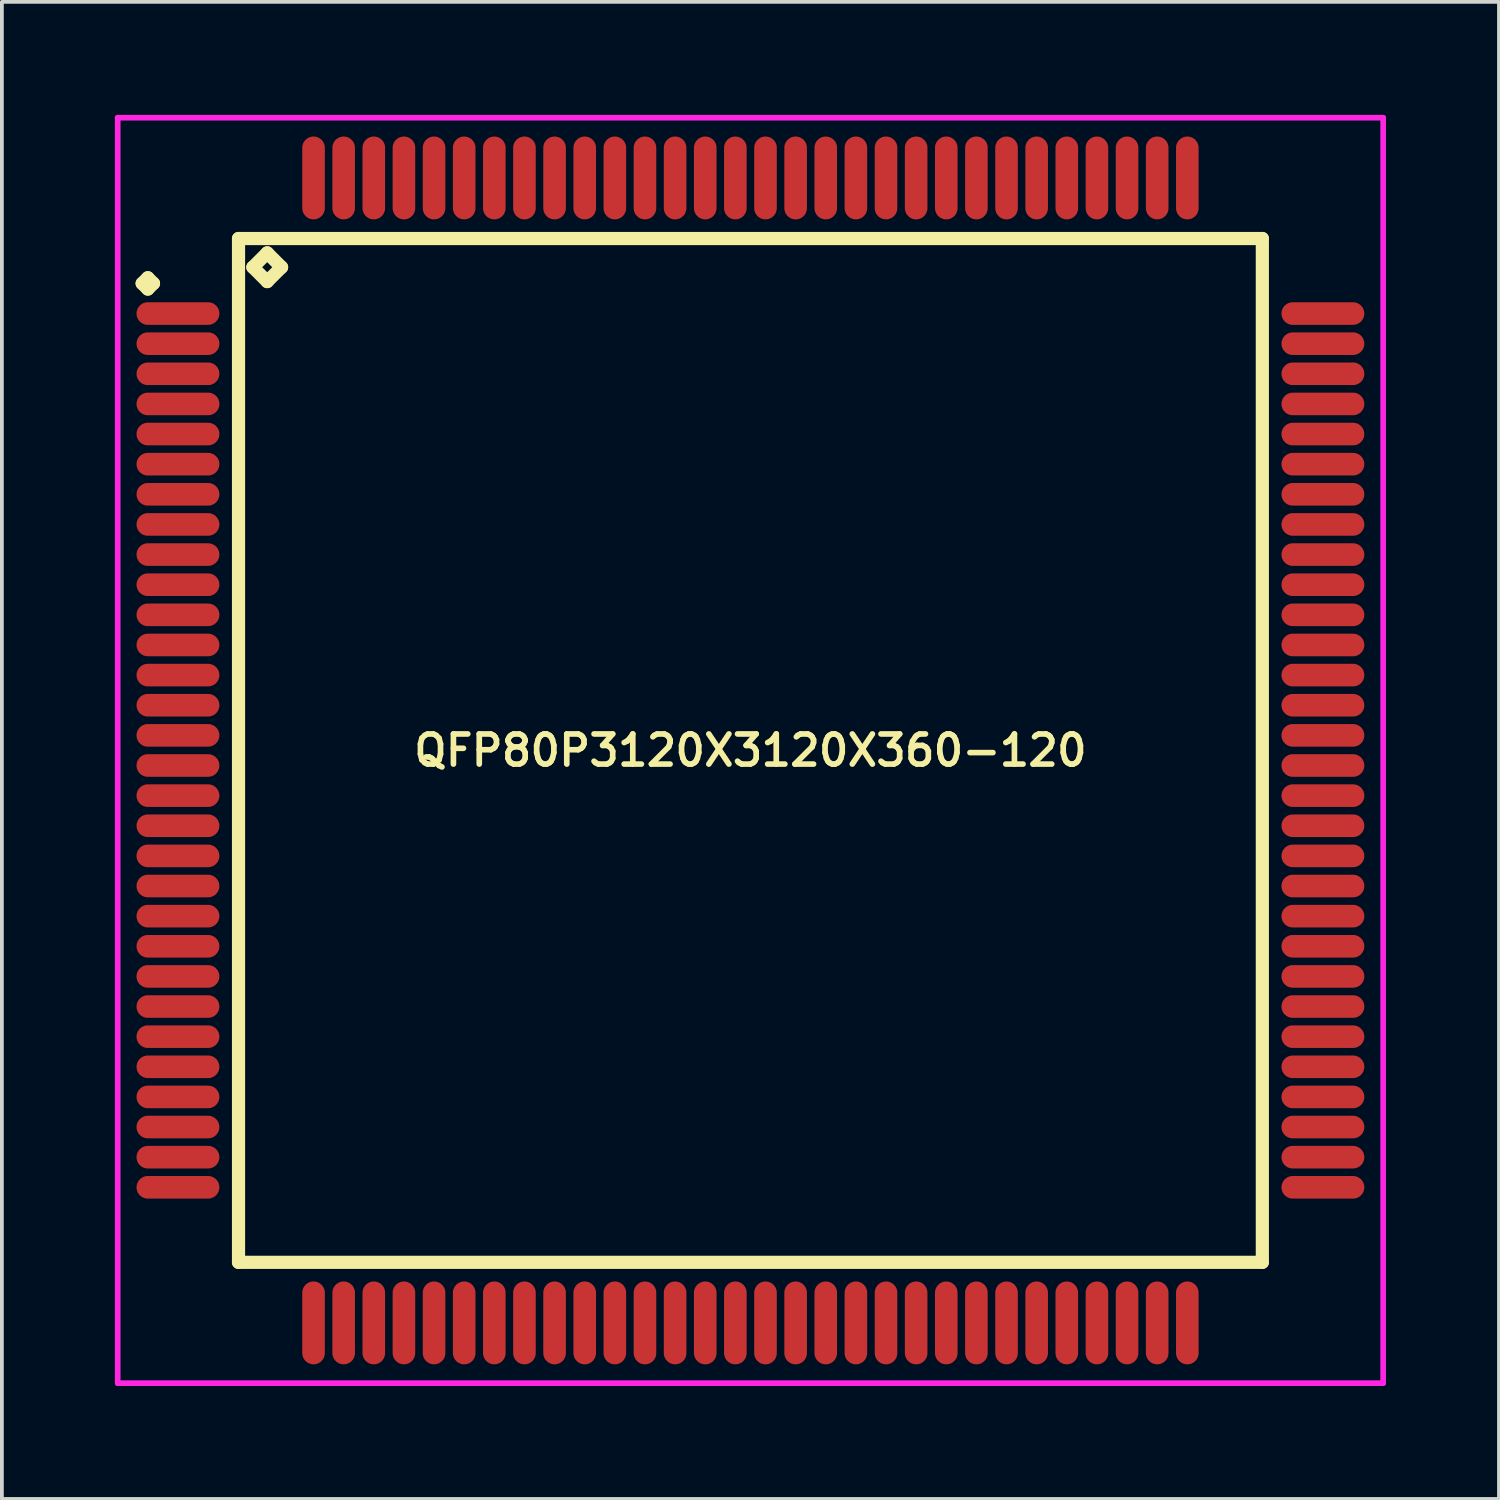
<source format=kicad_pcb>
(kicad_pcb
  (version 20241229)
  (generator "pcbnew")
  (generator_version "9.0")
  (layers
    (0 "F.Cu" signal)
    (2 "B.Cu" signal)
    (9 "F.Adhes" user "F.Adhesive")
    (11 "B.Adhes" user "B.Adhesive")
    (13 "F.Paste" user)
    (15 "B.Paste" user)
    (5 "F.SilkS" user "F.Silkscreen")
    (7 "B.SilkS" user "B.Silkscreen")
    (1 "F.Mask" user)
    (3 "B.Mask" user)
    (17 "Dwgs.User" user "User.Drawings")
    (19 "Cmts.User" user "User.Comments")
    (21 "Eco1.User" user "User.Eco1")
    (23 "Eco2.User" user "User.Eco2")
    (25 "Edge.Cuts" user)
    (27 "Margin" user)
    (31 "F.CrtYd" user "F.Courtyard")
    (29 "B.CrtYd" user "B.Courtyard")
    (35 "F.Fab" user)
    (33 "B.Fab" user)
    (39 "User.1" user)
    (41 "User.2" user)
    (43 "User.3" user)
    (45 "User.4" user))
  (footprint "QFP80P3120X3120X360-120"
    (layer "F.Cu")
    (at 16.875 16.875)
    (property "Reference" "QFP80P3120X3120X360-120" (at 0 0 0) (layer "F.SilkS") (effects (font (size 0.8 0.8) (thickness 0.15))))
    (attr smd)
    (fp_line (start -16.15 -12.4) (end -16 -12.55) (stroke (width 0.35) (type solid)) (layer "F.SilkS"))
    (fp_line (start -16 -12.55) (end -15.85 -12.4) (stroke (width 0.35) (type solid)) (layer "F.SilkS"))
    (fp_line (start -16 -12.25) (end -16.15 -12.4) (stroke (width 0.35) (type solid)) (layer "F.SilkS"))
    (fp_line (start -15.85 -12.4) (end -16 -12.25) (stroke (width 0.35) (type solid)) (layer "F.SilkS"))
    (fp_line (start -13.592 -13.592) (end -13.592 13.592) (stroke (width 0.35) (type solid)) (layer "F.SilkS"))
    (fp_line (start -13.592 13.592) (end 13.592 13.592) (stroke (width 0.35) (type solid)) (layer "F.SilkS"))
    (fp_line (start -13.211 -12.83) (end -12.83 -13.211) (stroke (width 0.35) (type solid)) (layer "F.SilkS"))
    (fp_line (start -12.83 -13.211) (end -12.449 -12.83) (stroke (width 0.35) (type solid)) (layer "F.SilkS"))
    (fp_line (start -12.83 -12.449) (end -13.211 -12.83) (stroke (width 0.35) (type solid)) (layer "F.SilkS"))
    (fp_line (start -12.449 -12.83) (end -12.83 -12.449) (stroke (width 0.35) (type solid)) (layer "F.SilkS"))
    (fp_line (start 13.592 -13.592) (end -13.592 -13.592) (stroke (width 0.35) (type solid)) (layer "F.SilkS"))
    (fp_line (start 13.592 13.592) (end 13.592 -13.592) (stroke (width 0.35) (type solid)) (layer "F.SilkS"))
    (fp_line (start -16.8 -16.8) (end 16.8 -16.8) (stroke (width 0.15) (type solid)) (layer "F.CrtYd"))
    (fp_line (start -16.8 16.8) (end -16.8 -16.8) (stroke (width 0.15) (type solid)) (layer "F.CrtYd"))
    (fp_line (start 16.8 -16.8) (end 16.8 16.8) (stroke (width 0.15) (type solid)) (layer "F.CrtYd"))
    (fp_line (start 16.8 16.8) (end -16.8 16.8) (stroke (width 0.15) (type solid)) (layer "F.CrtYd"))
    (pad "1" smd oval (at -15.2 -11.6) (size 2.2 0.6) (layers "F.Cu" "F.Mask" "F.Paste"))
    (pad "2" smd oval (at -15.2 -10.8) (size 2.2 0.6) (layers "F.Cu" "F.Mask" "F.Paste"))
    (pad "3" smd oval (at -15.2 -10) (size 2.2 0.6) (layers "F.Cu" "F.Mask" "F.Paste"))
    (pad "4" smd oval (at -15.2 -9.2) (size 2.2 0.6) (layers "F.Cu" "F.Mask" "F.Paste"))
    (pad "5" smd oval (at -15.2 -8.4) (size 2.2 0.6) (layers "F.Cu" "F.Mask" "F.Paste"))
    (pad "6" smd oval (at -15.2 -7.6) (size 2.2 0.6) (layers "F.Cu" "F.Mask" "F.Paste"))
    (pad "7" smd oval (at -15.2 -6.8) (size 2.2 0.6) (layers "F.Cu" "F.Mask" "F.Paste"))
    (pad "8" smd oval (at -15.2 -6) (size 2.2 0.6) (layers "F.Cu" "F.Mask" "F.Paste"))
    (pad "9" smd oval (at -15.2 -5.2) (size 2.2 0.6) (layers "F.Cu" "F.Mask" "F.Paste"))
    (pad "10" smd oval (at -15.2 -4.4) (size 2.2 0.6) (layers "F.Cu" "F.Mask" "F.Paste"))
    (pad "11" smd oval (at -15.2 -3.6) (size 2.2 0.6) (layers "F.Cu" "F.Mask" "F.Paste"))
    (pad "12" smd oval (at -15.2 -2.8) (size 2.2 0.6) (layers "F.Cu" "F.Mask" "F.Paste"))
    (pad "13" smd oval (at -15.2 -2) (size 2.2 0.6) (layers "F.Cu" "F.Mask" "F.Paste"))
    (pad "14" smd oval (at -15.2 -1.2) (size 2.2 0.6) (layers "F.Cu" "F.Mask" "F.Paste"))
    (pad "15" smd oval (at -15.2 -0.4) (size 2.2 0.6) (layers "F.Cu" "F.Mask" "F.Paste"))
    (pad "16" smd oval (at -15.2 0.4) (size 2.2 0.6) (layers "F.Cu" "F.Mask" "F.Paste"))
    (pad "17" smd oval (at -15.2 1.2) (size 2.2 0.6) (layers "F.Cu" "F.Mask" "F.Paste"))
    (pad "18" smd oval (at -15.2 2) (size 2.2 0.6) (layers "F.Cu" "F.Mask" "F.Paste"))
    (pad "19" smd oval (at -15.2 2.8) (size 2.2 0.6) (layers "F.Cu" "F.Mask" "F.Paste"))
    (pad "20" smd oval (at -15.2 3.6) (size 2.2 0.6) (layers "F.Cu" "F.Mask" "F.Paste"))
    (pad "21" smd oval (at -15.2 4.4) (size 2.2 0.6) (layers "F.Cu" "F.Mask" "F.Paste"))
    (pad "22" smd oval (at -15.2 5.2) (size 2.2 0.6) (layers "F.Cu" "F.Mask" "F.Paste"))
    (pad "23" smd oval (at -15.2 6) (size 2.2 0.6) (layers "F.Cu" "F.Mask" "F.Paste"))
    (pad "24" smd oval (at -15.2 6.8) (size 2.2 0.6) (layers "F.Cu" "F.Mask" "F.Paste"))
    (pad "25" smd oval (at -15.2 7.6) (size 2.2 0.6) (layers "F.Cu" "F.Mask" "F.Paste"))
    (pad "26" smd oval (at -15.2 8.4) (size 2.2 0.6) (layers "F.Cu" "F.Mask" "F.Paste"))
    (pad "27" smd oval (at -15.2 9.2) (size 2.2 0.6) (layers "F.Cu" "F.Mask" "F.Paste"))
    (pad "28" smd oval (at -15.2 10) (size 2.2 0.6) (layers "F.Cu" "F.Mask" "F.Paste"))
    (pad "29" smd oval (at -15.2 10.8) (size 2.2 0.6) (layers "F.Cu" "F.Mask" "F.Paste"))
    (pad "30" smd oval (at -15.2 11.6) (size 2.2 0.6) (layers "F.Cu" "F.Mask" "F.Paste"))
    (pad "31" smd oval (at -11.6 15.2) (size 0.6 2.2) (layers "F.Cu" "F.Mask" "F.Paste"))
    (pad "32" smd oval (at -10.8 15.2) (size 0.6 2.2) (layers "F.Cu" "F.Mask" "F.Paste"))
    (pad "33" smd oval (at -10 15.2) (size 0.6 2.2) (layers "F.Cu" "F.Mask" "F.Paste"))
    (pad "34" smd oval (at -9.2 15.2) (size 0.6 2.2) (layers "F.Cu" "F.Mask" "F.Paste"))
    (pad "35" smd oval (at -8.4 15.2) (size 0.6 2.2) (layers "F.Cu" "F.Mask" "F.Paste"))
    (pad "36" smd oval (at -7.6 15.2) (size 0.6 2.2) (layers "F.Cu" "F.Mask" "F.Paste"))
    (pad "37" smd oval (at -6.8 15.2) (size 0.6 2.2) (layers "F.Cu" "F.Mask" "F.Paste"))
    (pad "38" smd oval (at -6 15.2) (size 0.6 2.2) (layers "F.Cu" "F.Mask" "F.Paste"))
    (pad "39" smd oval (at -5.2 15.2) (size 0.6 2.2) (layers "F.Cu" "F.Mask" "F.Paste"))
    (pad "40" smd oval (at -4.4 15.2) (size 0.6 2.2) (layers "F.Cu" "F.Mask" "F.Paste"))
    (pad "41" smd oval (at -3.6 15.2) (size 0.6 2.2) (layers "F.Cu" "F.Mask" "F.Paste"))
    (pad "42" smd oval (at -2.8 15.2) (size 0.6 2.2) (layers "F.Cu" "F.Mask" "F.Paste"))
    (pad "43" smd oval (at -2 15.2) (size 0.6 2.2) (layers "F.Cu" "F.Mask" "F.Paste"))
    (pad "44" smd oval (at -1.2 15.2) (size 0.6 2.2) (layers "F.Cu" "F.Mask" "F.Paste"))
    (pad "45" smd oval (at -0.4 15.2) (size 0.6 2.2) (layers "F.Cu" "F.Mask" "F.Paste"))
    (pad "46" smd oval (at 0.4 15.2) (size 0.6 2.2) (layers "F.Cu" "F.Mask" "F.Paste"))
    (pad "47" smd oval (at 1.2 15.2) (size 0.6 2.2) (layers "F.Cu" "F.Mask" "F.Paste"))
    (pad "48" smd oval (at 2 15.2) (size 0.6 2.2) (layers "F.Cu" "F.Mask" "F.Paste"))
    (pad "49" smd oval (at 2.8 15.2) (size 0.6 2.2) (layers "F.Cu" "F.Mask" "F.Paste"))
    (pad "50" smd oval (at 3.6 15.2) (size 0.6 2.2) (layers "F.Cu" "F.Mask" "F.Paste"))
    (pad "51" smd oval (at 4.4 15.2) (size 0.6 2.2) (layers "F.Cu" "F.Mask" "F.Paste"))
    (pad "52" smd oval (at 5.2 15.2) (size 0.6 2.2) (layers "F.Cu" "F.Mask" "F.Paste"))
    (pad "53" smd oval (at 6 15.2) (size 0.6 2.2) (layers "F.Cu" "F.Mask" "F.Paste"))
    (pad "54" smd oval (at 6.8 15.2) (size 0.6 2.2) (layers "F.Cu" "F.Mask" "F.Paste"))
    (pad "55" smd oval (at 7.6 15.2) (size 0.6 2.2) (layers "F.Cu" "F.Mask" "F.Paste"))
    (pad "56" smd oval (at 8.4 15.2) (size 0.6 2.2) (layers "F.Cu" "F.Mask" "F.Paste"))
    (pad "57" smd oval (at 9.2 15.2) (size 0.6 2.2) (layers "F.Cu" "F.Mask" "F.Paste"))
    (pad "58" smd oval (at 10 15.2) (size 0.6 2.2) (layers "F.Cu" "F.Mask" "F.Paste"))
    (pad "59" smd oval (at 10.8 15.2) (size 0.6 2.2) (layers "F.Cu" "F.Mask" "F.Paste"))
    (pad "60" smd oval (at 11.6 15.2) (size 0.6 2.2) (layers "F.Cu" "F.Mask" "F.Paste"))
    (pad "61" smd oval (at 15.2 11.6) (size 2.2 0.6) (layers "F.Cu" "F.Mask" "F.Paste"))
    (pad "62" smd oval (at 15.2 10.8) (size 2.2 0.6) (layers "F.Cu" "F.Mask" "F.Paste"))
    (pad "63" smd oval (at 15.2 10) (size 2.2 0.6) (layers "F.Cu" "F.Mask" "F.Paste"))
    (pad "64" smd oval (at 15.2 9.2) (size 2.2 0.6) (layers "F.Cu" "F.Mask" "F.Paste"))
    (pad "65" smd oval (at 15.2 8.4) (size 2.2 0.6) (layers "F.Cu" "F.Mask" "F.Paste"))
    (pad "66" smd oval (at 15.2 7.6) (size 2.2 0.6) (layers "F.Cu" "F.Mask" "F.Paste"))
    (pad "67" smd oval (at 15.2 6.8) (size 2.2 0.6) (layers "F.Cu" "F.Mask" "F.Paste"))
    (pad "68" smd oval (at 15.2 6) (size 2.2 0.6) (layers "F.Cu" "F.Mask" "F.Paste"))
    (pad "69" smd oval (at 15.2 5.2) (size 2.2 0.6) (layers "F.Cu" "F.Mask" "F.Paste"))
    (pad "70" smd oval (at 15.2 4.4) (size 2.2 0.6) (layers "F.Cu" "F.Mask" "F.Paste"))
    (pad "71" smd oval (at 15.2 3.6) (size 2.2 0.6) (layers "F.Cu" "F.Mask" "F.Paste"))
    (pad "72" smd oval (at 15.2 2.8) (size 2.2 0.6) (layers "F.Cu" "F.Mask" "F.Paste"))
    (pad "73" smd oval (at 15.2 2) (size 2.2 0.6) (layers "F.Cu" "F.Mask" "F.Paste"))
    (pad "74" smd oval (at 15.2 1.2) (size 2.2 0.6) (layers "F.Cu" "F.Mask" "F.Paste"))
    (pad "75" smd oval (at 15.2 0.4) (size 2.2 0.6) (layers "F.Cu" "F.Mask" "F.Paste"))
    (pad "76" smd oval (at 15.2 -0.4) (size 2.2 0.6) (layers "F.Cu" "F.Mask" "F.Paste"))
    (pad "77" smd oval (at 15.2 -1.2) (size 2.2 0.6) (layers "F.Cu" "F.Mask" "F.Paste"))
    (pad "78" smd oval (at 15.2 -2) (size 2.2 0.6) (layers "F.Cu" "F.Mask" "F.Paste"))
    (pad "79" smd oval (at 15.2 -2.8) (size 2.2 0.6) (layers "F.Cu" "F.Mask" "F.Paste"))
    (pad "80" smd oval (at 15.2 -3.6) (size 2.2 0.6) (layers "F.Cu" "F.Mask" "F.Paste"))
    (pad "81" smd oval (at 15.2 -4.4) (size 2.2 0.6) (layers "F.Cu" "F.Mask" "F.Paste"))
    (pad "82" smd oval (at 15.2 -5.2) (size 2.2 0.6) (layers "F.Cu" "F.Mask" "F.Paste"))
    (pad "83" smd oval (at 15.2 -6) (size 2.2 0.6) (layers "F.Cu" "F.Mask" "F.Paste"))
    (pad "84" smd oval (at 15.2 -6.8) (size 2.2 0.6) (layers "F.Cu" "F.Mask" "F.Paste"))
    (pad "85" smd oval (at 15.2 -7.6) (size 2.2 0.6) (layers "F.Cu" "F.Mask" "F.Paste"))
    (pad "86" smd oval (at 15.2 -8.4) (size 2.2 0.6) (layers "F.Cu" "F.Mask" "F.Paste"))
    (pad "87" smd oval (at 15.2 -9.2) (size 2.2 0.6) (layers "F.Cu" "F.Mask" "F.Paste"))
    (pad "88" smd oval (at 15.2 -10) (size 2.2 0.6) (layers "F.Cu" "F.Mask" "F.Paste"))
    (pad "89" smd oval (at 15.2 -10.8) (size 2.2 0.6) (layers "F.Cu" "F.Mask" "F.Paste"))
    (pad "90" smd oval (at 15.2 -11.6) (size 2.2 0.6) (layers "F.Cu" "F.Mask" "F.Paste"))
    (pad "91" smd oval (at 11.6 -15.2) (size 0.6 2.2) (layers "F.Cu" "F.Mask" "F.Paste"))
    (pad "92" smd oval (at 10.8 -15.2) (size 0.6 2.2) (layers "F.Cu" "F.Mask" "F.Paste"))
    (pad "93" smd oval (at 10 -15.2) (size 0.6 2.2) (layers "F.Cu" "F.Mask" "F.Paste"))
    (pad "94" smd oval (at 9.2 -15.2) (size 0.6 2.2) (layers "F.Cu" "F.Mask" "F.Paste"))
    (pad "95" smd oval (at 8.4 -15.2) (size 0.6 2.2) (layers "F.Cu" "F.Mask" "F.Paste"))
    (pad "96" smd oval (at 7.6 -15.2) (size 0.6 2.2) (layers "F.Cu" "F.Mask" "F.Paste"))
    (pad "97" smd oval (at 6.8 -15.2) (size 0.6 2.2) (layers "F.Cu" "F.Mask" "F.Paste"))
    (pad "98" smd oval (at 6 -15.2) (size 0.6 2.2) (layers "F.Cu" "F.Mask" "F.Paste"))
    (pad "99" smd oval (at 5.2 -15.2) (size 0.6 2.2) (layers "F.Cu" "F.Mask" "F.Paste"))
    (pad "100" smd oval (at 4.4 -15.2) (size 0.6 2.2) (layers "F.Cu" "F.Mask" "F.Paste"))
    (pad "101" smd oval (at 3.6 -15.2) (size 0.6 2.2) (layers "F.Cu" "F.Mask" "F.Paste"))
    (pad "102" smd oval (at 2.8 -15.2) (size 0.6 2.2) (layers "F.Cu" "F.Mask" "F.Paste"))
    (pad "103" smd oval (at 2 -15.2) (size 0.6 2.2) (layers "F.Cu" "F.Mask" "F.Paste"))
    (pad "104" smd oval (at 1.2 -15.2) (size 0.6 2.2) (layers "F.Cu" "F.Mask" "F.Paste"))
    (pad "105" smd oval (at 0.4 -15.2) (size 0.6 2.2) (layers "F.Cu" "F.Mask" "F.Paste"))
    (pad "106" smd oval (at -0.4 -15.2) (size 0.6 2.2) (layers "F.Cu" "F.Mask" "F.Paste"))
    (pad "107" smd oval (at -1.2 -15.2) (size 0.6 2.2) (layers "F.Cu" "F.Mask" "F.Paste"))
    (pad "108" smd oval (at -2 -15.2) (size 0.6 2.2) (layers "F.Cu" "F.Mask" "F.Paste"))
    (pad "109" smd oval (at -2.8 -15.2) (size 0.6 2.2) (layers "F.Cu" "F.Mask" "F.Paste"))
    (pad "110" smd oval (at -3.6 -15.2) (size 0.6 2.2) (layers "F.Cu" "F.Mask" "F.Paste"))
    (pad "111" smd oval (at -4.4 -15.2) (size 0.6 2.2) (layers "F.Cu" "F.Mask" "F.Paste"))
    (pad "112" smd oval (at -5.2 -15.2) (size 0.6 2.2) (layers "F.Cu" "F.Mask" "F.Paste"))
    (pad "113" smd oval (at -6 -15.2) (size 0.6 2.2) (layers "F.Cu" "F.Mask" "F.Paste"))
    (pad "114" smd oval (at -6.8 -15.2) (size 0.6 2.2) (layers "F.Cu" "F.Mask" "F.Paste"))
    (pad "115" smd oval (at -7.6 -15.2) (size 0.6 2.2) (layers "F.Cu" "F.Mask" "F.Paste"))
    (pad "116" smd oval (at -8.4 -15.2) (size 0.6 2.2) (layers "F.Cu" "F.Mask" "F.Paste"))
    (pad "117" smd oval (at -9.2 -15.2) (size 0.6 2.2) (layers "F.Cu" "F.Mask" "F.Paste"))
    (pad "118" smd oval (at -10 -15.2) (size 0.6 2.2) (layers "F.Cu" "F.Mask" "F.Paste"))
    (pad "119" smd oval (at -10.8 -15.2) (size 0.6 2.2) (layers "F.Cu" "F.Mask" "F.Paste"))
    (pad "120" smd oval (at -11.6 -15.2) (size 0.6 2.2) (layers "F.Cu" "F.Mask" "F.Paste")))
  (gr_rect
    (start -3 -3)
    (end 36.75 36.75)
    (stroke (width 0.1) (type default))
    (fill no)
    (layer "Edge.Cuts")))
</source>
